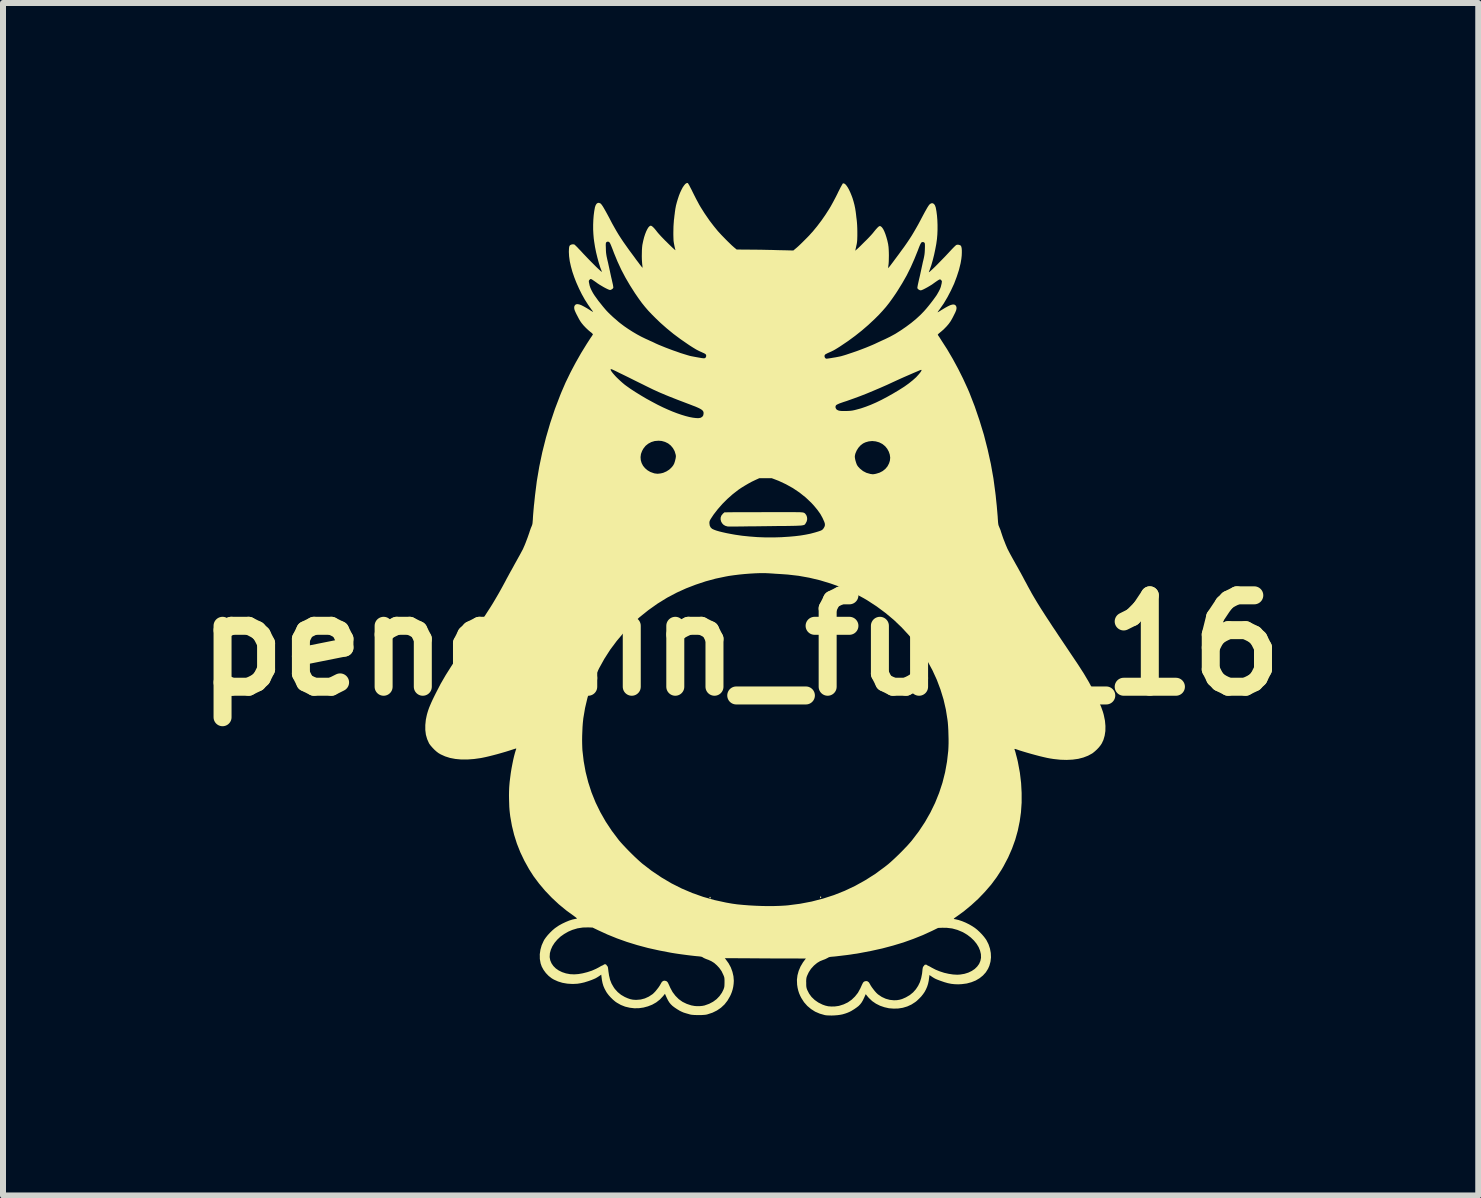
<source format=kicad_pcb>
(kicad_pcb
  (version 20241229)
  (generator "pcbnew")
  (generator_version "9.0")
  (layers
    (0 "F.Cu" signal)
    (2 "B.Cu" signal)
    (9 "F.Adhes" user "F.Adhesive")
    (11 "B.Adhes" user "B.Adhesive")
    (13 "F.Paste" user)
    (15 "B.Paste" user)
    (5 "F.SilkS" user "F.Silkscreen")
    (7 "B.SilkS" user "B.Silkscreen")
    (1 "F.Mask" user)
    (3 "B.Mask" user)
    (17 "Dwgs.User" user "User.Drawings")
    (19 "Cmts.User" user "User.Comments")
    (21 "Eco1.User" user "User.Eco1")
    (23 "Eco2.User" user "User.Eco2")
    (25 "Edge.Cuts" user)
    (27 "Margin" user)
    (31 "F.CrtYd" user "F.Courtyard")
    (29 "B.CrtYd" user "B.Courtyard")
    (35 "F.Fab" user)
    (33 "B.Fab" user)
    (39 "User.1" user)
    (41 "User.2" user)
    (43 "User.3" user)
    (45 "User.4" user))
  (footprint "penguin_full_16"
    (layer "F.Cu")
    (at 9.296 7.709)
    (property "Reference" "penguin_full_16" (at 0 0 0) (layer "F.SilkS") (effects (font (size 1.524 1.524) (thickness 0.3))))
    (attr board_only exclude_from_pos_files exclude_from_bom)
    (fp_poly (pts (xy -0.5 4.199) (xy -0.499 4.208) (xy -0.502 4.218) (xy -0.51 4.217) (xy -0.517 4.211) (xy -0.52 4.201) (xy -0.515 4.195) (xy -0.506 4.191)) (stroke (width 0) (type solid)) (fill yes) (layer "F.SilkS"))
    (fp_poly (pts (xy 1.341 4.189) (xy 1.346 4.197) (xy 1.342 4.204) (xy 1.332 4.212) (xy 1.326 4.209) (xy 1.324 4.202) (xy 1.327 4.188) (xy 1.335 4.185)) (stroke (width 0) (type solid)) (fill yes) (layer "F.SilkS"))
    (fp_poly (pts (xy 0.71 -2.222) (xy 0.773 -2.222) (xy 0.83 -2.222) (xy 0.879 -2.222) (xy 0.921 -2.221) (xy 0.954 -2.221) (xy 0.977 -2.221) (xy 0.989 -2.22) (xy 0.99 -2.22) (xy 1.019 -2.218) (xy 1.039 -2.216) (xy 1.053 -2.212) (xy 1.064 -2.207) (xy 1.074 -2.199) (xy 1.075 -2.198) (xy 1.095 -2.172) (xy 1.107 -2.14) (xy 1.11 -2.105) (xy 1.103 -2.07) (xy 1.086 -2.037) (xy 1.081 -2.03) (xy 1.077 -2.023) (xy 1.072 -2.017) (xy 1.066 -2.012) (xy 1.058 -2.008) (xy 1.047 -2.005) (xy 1.033 -2.002) (xy 1.015 -1.999) (xy 0.991 -1.997) (xy 0.962 -1.996) (xy 0.925 -1.994) (xy 0.881 -1.993) (xy 0.829 -1.992) (xy 0.767 -1.991) (xy 0.695 -1.99) (xy 0.612 -1.99) (xy 0.546 -1.989) (xy 0.466 -1.988) (xy 0.386 -1.987) (xy 0.309 -1.986) (xy 0.235 -1.985) (xy 0.166 -1.985) (xy 0.102 -1.984) (xy 0.046 -1.983) (xy -0.002 -1.983) (xy -0.04 -1.982) (xy -0.067 -1.982) (xy -0.068 -1.982) (xy -0.108 -1.981) (xy -0.145 -1.981) (xy -0.178 -1.982) (xy -0.203 -1.982) (xy -0.218 -1.983) (xy -0.219 -1.983) (xy -0.256 -1.994) (xy -0.286 -2.012) (xy -0.309 -2.037) (xy -0.325 -2.066) (xy -0.333 -2.099) (xy -0.332 -2.131) (xy -0.321 -2.163) (xy -0.299 -2.191) (xy -0.296 -2.195) (xy -0.282 -2.207) (xy -0.272 -2.216) (xy -0.269 -2.218) (xy -0.262 -2.218) (xy -0.243 -2.218) (xy -0.214 -2.219) (xy -0.175 -2.219) (xy -0.129 -2.22) (xy -0.075 -2.22) (xy -0.014 -2.22) (xy 0.051 -2.221) (xy 0.121 -2.221) (xy 0.194 -2.221) (xy 0.269 -2.221) (xy 0.346 -2.221) (xy 0.422 -2.222) (xy 0.498 -2.222) (xy 0.572 -2.222) (xy 0.643 -2.222)) (stroke (width 0) (type solid)) (fill yes) (layer "F.SilkS"))
    (fp_poly (pts (xy -0.882 -7.708) (xy -0.876 -7.702) (xy -0.866 -7.686) (xy -0.852 -7.662) (xy -0.836 -7.63) (xy -0.817 -7.594) (xy -0.803 -7.565) (xy -0.77 -7.499) (xy -0.741 -7.442) (xy -0.714 -7.392) (xy -0.689 -7.345) (xy -0.663 -7.301) (xy -0.635 -7.257) (xy -0.605 -7.209) (xy -0.588 -7.184) (xy -0.517 -7.081) (xy -0.445 -6.987) (xy -0.377 -6.904) (xy -0.351 -6.876) (xy -0.32 -6.842) (xy -0.285 -6.806) (xy -0.249 -6.769) (xy -0.212 -6.732) (xy -0.178 -6.699) (xy -0.147 -6.669) (xy -0.121 -6.646) (xy -0.111 -6.637) (xy -0.065 -6.599) (xy 0.132 -6.598) (xy 0.178 -6.597) (xy 0.219 -6.597) (xy 0.258 -6.597) (xy 0.296 -6.596) (xy 0.335 -6.596) (xy 0.376 -6.595) (xy 0.42 -6.594) (xy 0.47 -6.593) (xy 0.526 -6.592) (xy 0.591 -6.59) (xy 0.665 -6.588) (xy 0.73 -6.587) (xy 0.879 -6.583) (xy 0.934 -6.629) (xy 0.96 -6.652) (xy 0.992 -6.682) (xy 1.028 -6.717) (xy 1.067 -6.756) (xy 1.106 -6.795) (xy 1.144 -6.834) (xy 1.177 -6.871) (xy 1.202 -6.898) (xy 1.276 -6.988) (xy 1.348 -7.083) (xy 1.414 -7.178) (xy 1.446 -7.228) (xy 1.475 -7.273) (xy 1.502 -7.318) (xy 1.527 -7.363) (xy 1.553 -7.411) (xy 1.581 -7.464) (xy 1.612 -7.525) (xy 1.628 -7.559) (xy 1.648 -7.598) (xy 1.666 -7.634) (xy 1.682 -7.663) (xy 1.695 -7.685) (xy 1.703 -7.699) (xy 1.707 -7.702) (xy 1.724 -7.701) (xy 1.743 -7.69) (xy 1.763 -7.668) (xy 1.784 -7.638) (xy 1.805 -7.601) (xy 1.826 -7.557) (xy 1.846 -7.509) (xy 1.866 -7.456) (xy 1.883 -7.4) (xy 1.898 -7.343) (xy 1.91 -7.285) (xy 1.919 -7.228) (xy 1.921 -7.212) (xy 1.925 -7.181) (xy 1.929 -7.143) (xy 1.934 -7.104) (xy 1.937 -7.08) (xy 1.94 -7.046) (xy 1.943 -7.003) (xy 1.945 -6.954) (xy 1.946 -6.902) (xy 1.946 -6.874) (xy 1.946 -6.827) (xy 1.945 -6.79) (xy 1.944 -6.76) (xy 1.942 -6.735) (xy 1.939 -6.711) (xy 1.935 -6.687) (xy 1.931 -6.67) (xy 1.925 -6.641) (xy 1.919 -6.615) (xy 1.915 -6.596) (xy 1.912 -6.587) (xy 1.911 -6.583) (xy 1.914 -6.583) (xy 1.92 -6.587) (xy 1.931 -6.597) (xy 1.947 -6.611) (xy 1.97 -6.632) (xy 1.999 -6.66) (xy 2.035 -6.696) (xy 2.068 -6.729) (xy 2.102 -6.762) (xy 2.135 -6.796) (xy 2.166 -6.829) (xy 2.193 -6.859) (xy 2.214 -6.884) (xy 2.22 -6.892) (xy 2.252 -6.931) (xy 2.279 -6.961) (xy 2.3 -6.981) (xy 2.317 -6.99) (xy 2.322 -6.991) (xy 2.339 -6.985) (xy 2.358 -6.967) (xy 2.377 -6.94) (xy 2.395 -6.904) (xy 2.413 -6.859) (xy 2.43 -6.807) (xy 2.446 -6.75) (xy 2.46 -6.687) (xy 2.461 -6.676) (xy 2.466 -6.643) (xy 2.469 -6.601) (xy 2.471 -6.553) (xy 2.472 -6.501) (xy 2.471 -6.449) (xy 2.47 -6.4) (xy 2.467 -6.358) (xy 2.465 -6.344) (xy 2.462 -6.32) (xy 2.461 -6.301) (xy 2.46 -6.291) (xy 2.461 -6.289) (xy 2.465 -6.293) (xy 2.476 -6.307) (xy 2.493 -6.328) (xy 2.515 -6.357) (xy 2.542 -6.393) (xy 2.573 -6.435) (xy 2.608 -6.482) (xy 2.646 -6.533) (xy 2.674 -6.572) (xy 2.727 -6.644) (xy 2.773 -6.71) (xy 2.814 -6.771) (xy 2.852 -6.83) (xy 2.888 -6.89) (xy 2.924 -6.952) (xy 2.962 -7.019) (xy 3.002 -7.094) (xy 3.009 -7.108) (xy 3.043 -7.172) (xy 3.072 -7.226) (xy 3.097 -7.27) (xy 3.117 -7.305) (xy 3.134 -7.331) (xy 3.148 -7.349) (xy 3.159 -7.359) (xy 3.16 -7.36) (xy 3.183 -7.371) (xy 3.205 -7.37) (xy 3.224 -7.358) (xy 3.24 -7.336) (xy 3.252 -7.303) (xy 3.254 -7.295) (xy 3.265 -7.235) (xy 3.274 -7.165) (xy 3.28 -7.089) (xy 3.283 -7.009) (xy 3.283 -6.93) (xy 3.28 -6.852) (xy 3.274 -6.78) (xy 3.274 -6.778) (xy 3.262 -6.692) (xy 3.245 -6.602) (xy 3.226 -6.512) (xy 3.204 -6.424) (xy 3.18 -6.34) (xy 3.154 -6.265) (xy 3.138 -6.224) (xy 3.139 -6.221) (xy 3.148 -6.226) (xy 3.163 -6.239) (xy 3.185 -6.259) (xy 3.213 -6.285) (xy 3.245 -6.316) (xy 3.281 -6.352) (xy 3.32 -6.392) (xy 3.362 -6.435) (xy 3.406 -6.48) (xy 3.45 -6.527) (xy 3.492 -6.572) (xy 3.519 -6.601) (xy 3.544 -6.627) (xy 3.566 -6.649) (xy 3.583 -6.665) (xy 3.594 -6.674) (xy 3.595 -6.675) (xy 3.615 -6.68) (xy 3.639 -6.678) (xy 3.661 -6.67) (xy 3.67 -6.664) (xy 3.679 -6.648) (xy 3.685 -6.622) (xy 3.688 -6.587) (xy 3.688 -6.545) (xy 3.686 -6.497) (xy 3.68 -6.444) (xy 3.671 -6.39) (xy 3.667 -6.368) (xy 3.64 -6.259) (xy 3.603 -6.145) (xy 3.559 -6.029) (xy 3.506 -5.915) (xy 3.448 -5.804) (xy 3.385 -5.698) (xy 3.317 -5.601) (xy 3.309 -5.59) (xy 3.296 -5.573) (xy 3.287 -5.559) (xy 3.284 -5.553) (xy 3.284 -5.553) (xy 3.29 -5.555) (xy 3.304 -5.563) (xy 3.324 -5.575) (xy 3.349 -5.591) (xy 3.354 -5.594) (xy 3.409 -5.627) (xy 3.456 -5.653) (xy 3.494 -5.671) (xy 3.526 -5.681) (xy 3.552 -5.683) (xy 3.571 -5.678) (xy 3.586 -5.666) (xy 3.593 -5.655) (xy 3.599 -5.636) (xy 3.599 -5.613) (xy 3.594 -5.589) (xy 3.588 -5.573) (xy 3.578 -5.549) (xy 3.563 -5.519) (xy 3.547 -5.487) (xy 3.53 -5.454) (xy 3.513 -5.424) (xy 3.498 -5.399) (xy 3.495 -5.395) (xy 3.469 -5.359) (xy 3.435 -5.319) (xy 3.397 -5.28) (xy 3.357 -5.243) (xy 3.328 -5.219) (xy 3.307 -5.202) (xy 3.293 -5.188) (xy 3.287 -5.179) (xy 3.287 -5.177) (xy 3.292 -5.17) (xy 3.302 -5.155) (xy 3.317 -5.133) (xy 3.334 -5.106) (xy 3.344 -5.09) (xy 3.442 -4.938) (xy 3.536 -4.778) (xy 3.625 -4.614) (xy 3.708 -4.448) (xy 3.783 -4.285) (xy 3.814 -4.213) (xy 3.903 -3.984) (xy 3.983 -3.749) (xy 4.056 -3.51) (xy 4.118 -3.268) (xy 4.172 -3.024) (xy 4.215 -2.782) (xy 4.247 -2.543) (xy 4.253 -2.494) (xy 4.257 -2.452) (xy 4.262 -2.404) (xy 4.267 -2.357) (xy 4.271 -2.319) (xy 4.274 -2.282) (xy 4.278 -2.237) (xy 4.282 -2.189) (xy 4.286 -2.143) (xy 4.287 -2.122) (xy 4.29 -2.081) (xy 4.292 -2.051) (xy 4.295 -2.028) (xy 4.298 -2.01) (xy 4.302 -1.996) (xy 4.308 -1.982) (xy 4.311 -1.974) (xy 4.322 -1.948) (xy 4.334 -1.918) (xy 4.342 -1.891) (xy 4.353 -1.858) (xy 4.366 -1.819) (xy 4.382 -1.774) (xy 4.4 -1.729) (xy 4.417 -1.685) (xy 4.434 -1.645) (xy 4.448 -1.612) (xy 4.455 -1.598) (xy 4.465 -1.579) (xy 4.48 -1.55) (xy 4.498 -1.516) (xy 4.519 -1.478) (xy 4.541 -1.438) (xy 4.553 -1.417) (xy 4.585 -1.359) (xy 4.613 -1.31) (xy 4.636 -1.268) (xy 4.656 -1.232) (xy 4.674 -1.2) (xy 4.69 -1.17) (xy 4.706 -1.141) (xy 4.722 -1.11) (xy 4.74 -1.076) (xy 4.761 -1.038) (xy 4.766 -1.029) (xy 4.788 -0.987) (xy 4.81 -0.947) (xy 4.831 -0.909) (xy 4.852 -0.87) (xy 4.874 -0.832) (xy 4.897 -0.793) (xy 4.921 -0.753) (xy 4.946 -0.711) (xy 4.974 -0.666) (xy 5.003 -0.619) (xy 5.036 -0.568) (xy 5.071 -0.513) (xy 5.11 -0.453) (xy 5.153 -0.388) (xy 5.199 -0.317) (xy 5.251 -0.24) (xy 5.307 -0.155) (xy 5.369 -0.063) (xy 5.436 0.037) (xy 5.509 0.146) (xy 5.589 0.265) (xy 5.626 0.32) (xy 5.721 0.468) (xy 5.808 0.615) (xy 5.889 0.768) (xy 5.906 0.801) (xy 5.939 0.868) (xy 5.967 0.927) (xy 5.99 0.979) (xy 6.01 1.024) (xy 6.025 1.066) (xy 6.039 1.105) (xy 6.05 1.143) (xy 6.055 1.163) (xy 6.074 1.255) (xy 6.082 1.343) (xy 6.081 1.427) (xy 6.069 1.505) (xy 6.048 1.577) (xy 6.02 1.636) (xy 6 1.666) (xy 5.973 1.7) (xy 5.941 1.734) (xy 5.906 1.766) (xy 5.873 1.793) (xy 5.86 1.802) (xy 5.792 1.839) (xy 5.714 1.869) (xy 5.629 1.891) (xy 5.536 1.904) (xy 5.436 1.909) (xy 5.33 1.906) (xy 5.218 1.894) (xy 5.155 1.884) (xy 5.108 1.875) (xy 5.051 1.862) (xy 4.988 1.847) (xy 4.92 1.829) (xy 4.85 1.81) (xy 4.78 1.79) (xy 4.713 1.77) (xy 4.651 1.751) (xy 4.62 1.74) (xy 4.593 1.731) (xy 4.577 1.726) (xy 4.568 1.726) (xy 4.565 1.728) (xy 4.566 1.735) (xy 4.567 1.735) (xy 4.574 1.756) (xy 4.583 1.785) (xy 4.592 1.822) (xy 4.603 1.862) (xy 4.613 1.902) (xy 4.622 1.941) (xy 4.625 1.957) (xy 4.656 2.124) (xy 4.676 2.292) (xy 4.685 2.458) (xy 4.685 2.622) (xy 4.674 2.782) (xy 4.653 2.932) (xy 4.621 3.088) (xy 4.578 3.241) (xy 4.524 3.39) (xy 4.459 3.538) (xy 4.382 3.684) (xy 4.35 3.739) (xy 4.269 3.864) (xy 4.177 3.988) (xy 4.074 4.107) (xy 3.963 4.223) (xy 3.844 4.332) (xy 3.719 4.435) (xy 3.6 4.521) (xy 3.577 4.537) (xy 3.561 4.549) (xy 3.554 4.558) (xy 3.554 4.56) (xy 3.566 4.563) (xy 3.583 4.566) (xy 3.588 4.567) (xy 3.637 4.579) (xy 3.692 4.597) (xy 3.75 4.621) (xy 3.809 4.65) (xy 3.864 4.682) (xy 3.906 4.71) (xy 3.944 4.74) (xy 3.984 4.777) (xy 4.024 4.818) (xy 4.059 4.859) (xy 4.088 4.898) (xy 4.098 4.913) (xy 4.133 4.982) (xy 4.157 5.054) (xy 4.171 5.128) (xy 4.174 5.201) (xy 4.166 5.272) (xy 4.147 5.341) (xy 4.125 5.391) (xy 4.088 5.45) (xy 4.04 5.503) (xy 3.984 5.548) (xy 3.92 5.586) (xy 3.848 5.615) (xy 3.771 5.636) (xy 3.687 5.647) (xy 3.628 5.65) (xy 3.569 5.648) (xy 3.513 5.642) (xy 3.457 5.631) (xy 3.397 5.614) (xy 3.368 5.604) (xy 3.322 5.588) (xy 3.285 5.574) (xy 3.254 5.561) (xy 3.227 5.547) (xy 3.201 5.531) (xy 3.189 5.523) (xy 3.148 5.495) (xy 3.144 5.53) (xy 3.136 5.591) (xy 3.125 5.642) (xy 3.11 5.689) (xy 3.09 5.735) (xy 3.067 5.778) (xy 3.042 5.814) (xy 3.011 5.853) (xy 2.974 5.891) (xy 2.936 5.927) (xy 2.913 5.945) (xy 2.848 5.987) (xy 2.778 6.019) (xy 2.704 6.041) (xy 2.628 6.053) (xy 2.551 6.055) (xy 2.473 6.049) (xy 2.398 6.032) (xy 2.325 6.007) (xy 2.257 5.973) (xy 2.194 5.93) (xy 2.139 5.878) (xy 2.119 5.855) (xy 2.086 5.814) (xy 2.06 5.872) (xy 2.039 5.916) (xy 2.018 5.952) (xy 1.994 5.983) (xy 1.967 6.011) (xy 1.932 6.038) (xy 1.89 6.067) (xy 1.878 6.074) (xy 1.844 6.095) (xy 1.812 6.111) (xy 1.779 6.125) (xy 1.742 6.138) (xy 1.697 6.151) (xy 1.661 6.158) (xy 1.617 6.164) (xy 1.568 6.168) (xy 1.519 6.17) (xy 1.472 6.169) (xy 1.43 6.167) (xy 1.404 6.163) (xy 1.32 6.139) (xy 1.243 6.106) (xy 1.174 6.062) (xy 1.112 6.01) (xy 1.058 5.949) (xy 1.013 5.879) (xy 0.995 5.844) (xy 0.975 5.798) (xy 0.961 5.754) (xy 0.95 5.707) (xy 0.942 5.654) (xy 0.942 5.648) (xy 0.94 5.603) (xy 1.093 5.603) (xy 1.094 5.623) (xy 1.094 5.657) (xy 1.095 5.682) (xy 1.098 5.702) (xy 1.102 5.719) (xy 1.109 5.738) (xy 1.11 5.742) (xy 1.142 5.805) (xy 1.183 5.861) (xy 1.235 5.911) (xy 1.295 5.953) (xy 1.365 5.988) (xy 1.413 6.005) (xy 1.46 6.016) (xy 1.514 6.02) (xy 1.571 6.019) (xy 1.629 6.011) (xy 1.644 6.008) (xy 1.719 5.984) (xy 1.788 5.951) (xy 1.851 5.907) (xy 1.907 5.853) (xy 1.956 5.791) (xy 1.995 5.72) (xy 1.998 5.714) (xy 2.01 5.687) (xy 2.023 5.658) (xy 2.03 5.644) (xy 2.041 5.623) (xy 2.053 5.609) (xy 2.067 5.601) (xy 2.094 5.595) (xy 2.118 5.601) (xy 2.139 5.618) (xy 2.156 5.646) (xy 2.169 5.67) (xy 2.188 5.699) (xy 2.212 5.731) (xy 2.237 5.763) (xy 2.262 5.791) (xy 2.284 5.812) (xy 2.291 5.818) (xy 2.353 5.86) (xy 2.418 5.89) (xy 2.487 5.909) (xy 2.556 5.916) (xy 2.559 5.916) (xy 2.607 5.914) (xy 2.65 5.907) (xy 2.692 5.895) (xy 2.738 5.875) (xy 2.756 5.867) (xy 2.821 5.829) (xy 2.876 5.784) (xy 2.922 5.732) (xy 2.959 5.676) (xy 2.989 5.615) (xy 3.01 5.548) (xy 3.025 5.473) (xy 3.03 5.429) (xy 3.033 5.397) (xy 3.037 5.375) (xy 3.041 5.361) (xy 3.047 5.353) (xy 3.047 5.352) (xy 3.058 5.34) (xy 3.063 5.332) (xy 3.071 5.324) (xy 3.086 5.322) (xy 3.101 5.324) (xy 3.11 5.331) (xy 3.12 5.338) (xy 3.125 5.34) (xy 3.133 5.343) (xy 3.149 5.351) (xy 3.17 5.363) (xy 3.184 5.371) (xy 3.249 5.405) (xy 3.32 5.434) (xy 3.394 5.458) (xy 3.469 5.475) (xy 3.542 5.486) (xy 3.611 5.49) (xy 3.661 5.487) (xy 3.732 5.475) (xy 3.796 5.455) (xy 3.854 5.427) (xy 3.903 5.394) (xy 3.944 5.354) (xy 3.976 5.31) (xy 3.997 5.261) (xy 4.008 5.208) (xy 4.008 5.204) (xy 4.006 5.147) (xy 3.992 5.088) (xy 3.968 5.03) (xy 3.934 4.974) (xy 3.89 4.92) (xy 3.838 4.87) (xy 3.778 4.824) (xy 3.711 4.784) (xy 3.699 4.778) (xy 3.615 4.743) (xy 3.528 4.719) (xy 3.438 4.708) (xy 3.364 4.707) (xy 3.292 4.71) (xy 3.194 4.758) (xy 3.039 4.829) (xy 2.879 4.893) (xy 2.714 4.952) (xy 2.542 5.004) (xy 2.362 5.052) (xy 2.172 5.094) (xy 1.982 5.13) (xy 1.938 5.138) (xy 1.887 5.145) (xy 1.83 5.154) (xy 1.771 5.162) (xy 1.712 5.169) (xy 1.655 5.176) (xy 1.604 5.182) (xy 1.56 5.187) (xy 1.531 5.189) (xy 1.501 5.192) (xy 1.48 5.196) (xy 1.464 5.202) (xy 1.451 5.21) (xy 1.433 5.219) (xy 1.409 5.231) (xy 1.382 5.241) (xy 1.379 5.242) (xy 1.324 5.264) (xy 1.276 5.293) (xy 1.23 5.331) (xy 1.22 5.34) (xy 1.173 5.392) (xy 1.136 5.449) (xy 1.112 5.5) (xy 1.104 5.52) (xy 1.099 5.537) (xy 1.096 5.555) (xy 1.094 5.575) (xy 1.093 5.603) (xy 0.94 5.603) (xy 0.939 5.574) (xy 0.948 5.5) (xy 0.968 5.426) (xy 0.999 5.353) (xy 1.04 5.284) (xy 1.074 5.238) (xy 1.089 5.22) (xy 0.82 5.219) (xy 0.764 5.219) (xy 0.697 5.219) (xy 0.622 5.219) (xy 0.541 5.219) (xy 0.457 5.218) (xy 0.37 5.218) (xy 0.285 5.217) (xy 0.202 5.217) (xy 0.144 5.216) (xy -0.264 5.214) (xy -0.249 5.232) (xy -0.201 5.298) (xy -0.163 5.368) (xy -0.136 5.442) (xy -0.119 5.516) (xy -0.113 5.59) (xy -0.116 5.642) (xy -0.123 5.693) (xy -0.133 5.737) (xy -0.146 5.779) (xy -0.163 5.821) (xy -0.176 5.848) (xy -0.218 5.921) (xy -0.268 5.985) (xy -0.327 6.04) (xy -0.394 6.086) (xy -0.469 6.123) (xy -0.551 6.15) (xy -0.571 6.155) (xy -0.591 6.158) (xy -0.616 6.16) (xy -0.647 6.162) (xy -0.687 6.162) (xy -0.702 6.162) (xy -0.743 6.162) (xy -0.774 6.161) (xy -0.799 6.159) (xy -0.82 6.157) (xy -0.84 6.153) (xy -0.862 6.147) (xy -0.868 6.145) (xy -0.914 6.132) (xy -0.952 6.12) (xy -0.984 6.106) (xy -1.015 6.091) (xy -1.047 6.071) (xy -1.053 6.068) (xy -1.098 6.038) (xy -1.134 6.011) (xy -1.163 5.983) (xy -1.187 5.954) (xy -1.209 5.919) (xy -1.23 5.877) (xy -1.235 5.866) (xy -1.261 5.808) (xy -1.294 5.849) (xy -1.346 5.904) (xy -1.406 5.951) (xy -1.473 5.989) (xy -1.544 6.017) (xy -1.618 6.037) (xy -1.695 6.048) (xy -1.773 6.049) (xy -1.849 6.04) (xy -1.925 6.022) (xy -1.996 5.994) (xy -2.063 5.956) (xy -2.088 5.939) (xy -2.126 5.907) (xy -2.164 5.87) (xy -2.199 5.831) (xy -2.228 5.793) (xy -2.241 5.772) (xy -2.267 5.724) (xy -2.287 5.678) (xy -2.301 5.631) (xy -2.312 5.578) (xy -2.319 5.524) (xy -2.323 5.489) (xy -2.364 5.517) (xy -2.391 5.534) (xy -2.417 5.549) (xy -2.446 5.562) (xy -2.48 5.576) (xy -2.521 5.591) (xy -2.542 5.598) (xy -2.606 5.618) (xy -2.664 5.631) (xy -2.719 5.64) (xy -2.776 5.643) (xy -2.802 5.644) (xy -2.887 5.639) (xy -2.969 5.625) (xy -3.044 5.602) (xy -3.113 5.571) (xy -3.15 5.549) (xy -3.201 5.509) (xy -3.247 5.461) (xy -3.285 5.409) (xy -3.315 5.354) (xy -3.334 5.3) (xy -3.347 5.226) (xy -3.347 5.188) (xy -3.183 5.188) (xy -3.183 5.198) (xy -3.173 5.251) (xy -3.152 5.3) (xy -3.121 5.345) (xy -3.081 5.385) (xy -3.032 5.419) (xy -2.975 5.447) (xy -2.911 5.468) (xy -2.841 5.481) (xy -2.836 5.481) (xy -2.773 5.484) (xy -2.703 5.479) (xy -2.63 5.466) (xy -2.555 5.447) (xy -2.481 5.423) (xy -2.411 5.392) (xy -2.359 5.365) (xy -2.336 5.351) (xy -2.317 5.341) (xy -2.303 5.335) (xy -2.3 5.334) (xy -2.29 5.329) (xy -2.285 5.325) (xy -2.273 5.317) (xy -2.257 5.315) (xy -2.244 5.319) (xy -2.237 5.326) (xy -2.229 5.339) (xy -2.222 5.346) (xy -2.217 5.353) (xy -2.212 5.366) (xy -2.209 5.387) (xy -2.205 5.418) (xy -2.205 5.423) (xy -2.193 5.503) (xy -2.176 5.574) (xy -2.151 5.638) (xy -2.117 5.697) (xy -2.097 5.726) (xy -2.048 5.78) (xy -1.993 5.825) (xy -1.931 5.861) (xy -1.883 5.882) (xy -1.84 5.897) (xy -1.797 5.906) (xy -1.752 5.909) (xy -1.734 5.909) (xy -1.664 5.903) (xy -1.596 5.885) (xy -1.53 5.855) (xy -1.468 5.814) (xy -1.465 5.812) (xy -1.445 5.793) (xy -1.42 5.767) (xy -1.395 5.736) (xy -1.37 5.704) (xy -1.349 5.673) (xy -1.334 5.647) (xy -1.33 5.64) (xy -1.313 5.611) (xy -1.292 5.594) (xy -1.268 5.589) (xy -1.241 5.595) (xy -1.227 5.604) (xy -1.215 5.617) (xy -1.204 5.638) (xy -1.192 5.664) (xy -1.179 5.693) (xy -1.173 5.707) (xy -1.134 5.779) (xy -1.086 5.842) (xy -1.031 5.897) (xy -0.968 5.942) (xy -0.898 5.976) (xy -0.822 6.001) (xy -0.767 6.011) (xy -0.729 6.014) (xy -0.685 6.014) (xy -0.641 6.01) (xy -0.603 6.003) (xy -0.597 6.001) (xy -0.524 5.975) (xy -0.458 5.94) (xy -0.4 5.897) (xy -0.351 5.846) (xy -0.311 5.789) (xy -0.285 5.736) (xy -0.278 5.716) (xy -0.273 5.699) (xy -0.27 5.68) (xy -0.269 5.657) (xy -0.268 5.625) (xy -0.268 5.617) (xy -0.268 5.584) (xy -0.269 5.56) (xy -0.271 5.541) (xy -0.275 5.524) (xy -0.282 5.506) (xy -0.287 5.494) (xy -0.317 5.431) (xy -0.356 5.376) (xy -0.395 5.334) (xy -0.44 5.294) (xy -0.488 5.264) (xy -0.541 5.24) (xy -0.554 5.236) (xy -0.58 5.226) (xy -0.605 5.215) (xy -0.624 5.205) (xy -0.626 5.203) (xy -0.64 5.195) (xy -0.657 5.189) (xy -0.678 5.186) (xy -0.705 5.183) (xy -0.741 5.18) (xy -0.787 5.175) (xy -0.839 5.169) (xy -0.896 5.162) (xy -0.956 5.154) (xy -1.015 5.146) (xy -1.07 5.138) (xy -1.121 5.13) (xy -1.157 5.124) (xy -1.356 5.086) (xy -1.545 5.044) (xy -1.724 4.996) (xy -1.896 4.943) (xy -2.061 4.884) (xy -2.221 4.819) (xy -2.369 4.751) (xy -2.467 4.704) (xy -2.538 4.701) (xy -2.63 4.703) (xy -2.72 4.717) (xy -2.806 4.743) (xy -2.873 4.772) (xy -2.941 4.811) (xy -3.003 4.855) (xy -3.056 4.905) (xy -3.101 4.958) (xy -3.137 5.014) (xy -3.163 5.072) (xy -3.179 5.13) (xy -3.183 5.188) (xy -3.347 5.188) (xy -3.348 5.15) (xy -3.337 5.073) (xy -3.316 4.999) (xy -3.284 4.928) (xy -3.273 4.907) (xy -3.247 4.87) (xy -3.215 4.83) (xy -3.177 4.789) (xy -3.137 4.75) (xy -3.097 4.716) (xy -3.08 4.704) (xy -3.03 4.67) (xy -2.974 4.639) (xy -2.915 4.611) (xy -2.857 4.587) (xy -2.803 4.57) (xy -2.762 4.561) (xy -2.744 4.558) (xy -2.731 4.555) (xy -2.729 4.554) (xy -2.73 4.55) (xy -2.74 4.54) (xy -2.758 4.526) (xy -2.774 4.514) (xy -2.905 4.419) (xy -3.03 4.316) (xy -3.148 4.206) (xy -3.259 4.09) (xy -3.36 3.97) (xy -3.452 3.847) (xy -3.525 3.733) (xy -3.604 3.591) (xy -3.672 3.449) (xy -3.729 3.305) (xy -3.775 3.159) (xy -3.812 3.008) (xy -3.84 2.85) (xy -3.847 2.793) (xy -3.852 2.746) (xy -3.856 2.691) (xy -3.858 2.628) (xy -3.86 2.563) (xy -3.861 2.498) (xy -3.86 2.436) (xy -3.858 2.38) (xy -3.856 2.347) (xy -3.85 2.277) (xy -3.841 2.204) (xy -3.831 2.128) (xy -3.819 2.053) (xy -3.805 1.98) (xy -3.791 1.91) (xy -3.776 1.846) (xy -3.761 1.79) (xy -3.747 1.744) (xy -3.741 1.729) (xy -3.74 1.723) (xy -3.742 1.719) (xy -3.75 1.72) (xy -3.766 1.725) (xy -3.792 1.733) (xy -3.794 1.734) (xy -3.853 1.753) (xy -3.917 1.773) (xy -3.986 1.793) (xy -4.056 1.813) (xy -4.125 1.831) (xy -4.192 1.848) (xy -4.252 1.862) (xy -4.305 1.873) (xy -4.33 1.878) (xy -4.444 1.894) (xy -4.554 1.902) (xy -4.657 1.902) (xy -4.754 1.893) (xy -4.844 1.876) (xy -4.926 1.85) (xy -4.999 1.817) (xy -5.035 1.796) (xy -5.067 1.772) (xy -5.101 1.742) (xy -5.134 1.708) (xy -5.164 1.674) (xy -5.188 1.642) (xy -5.195 1.63) (xy -5.219 1.576) (xy -2.642 1.576) (xy -2.641 1.646) (xy -2.639 1.708) (xy -2.637 1.747) (xy -2.616 1.929) (xy -2.584 2.107) (xy -2.54 2.281) (xy -2.485 2.451) (xy -2.418 2.617) (xy -2.339 2.779) (xy -2.249 2.937) (xy -2.147 3.091) (xy -2.033 3.242) (xy -2.032 3.244) (xy -2.001 3.28) (xy -1.962 3.323) (xy -1.918 3.37) (xy -1.87 3.42) (xy -1.821 3.469) (xy -1.771 3.518) (xy -1.723 3.563) (xy -1.679 3.603) (xy -1.64 3.637) (xy -1.635 3.641) (xy -1.479 3.761) (xy -1.318 3.869) (xy -1.152 3.967) (xy -0.981 4.053) (xy -0.805 4.128) (xy -0.624 4.192) (xy -0.437 4.245) (xy -0.244 4.287) (xy -0.142 4.305) (xy -0.056 4.317) (xy 0.039 4.326) (xy 0.14 4.334) (xy 0.245 4.34) (xy 0.352 4.344) (xy 0.458 4.346) (xy 0.561 4.345) (xy 0.657 4.342) (xy 0.746 4.337) (xy 0.791 4.333) (xy 0.991 4.307) (xy 1.185 4.27) (xy 1.374 4.221) (xy 1.557 4.162) (xy 1.736 4.091) (xy 1.909 4.009) (xy 2.078 3.915) (xy 2.242 3.811) (xy 2.4 3.695) (xy 2.461 3.647) (xy 2.498 3.615) (xy 2.542 3.575) (xy 2.589 3.531) (xy 2.639 3.483) (xy 2.689 3.433) (xy 2.737 3.383) (xy 2.782 3.336) (xy 2.821 3.292) (xy 2.853 3.255) (xy 2.857 3.25) (xy 2.971 3.1) (xy 3.073 2.946) (xy 3.163 2.788) (xy 3.242 2.626) (xy 3.309 2.46) (xy 3.365 2.29) (xy 3.409 2.116) (xy 3.441 1.938) (xy 3.462 1.755) (xy 3.462 1.753) (xy 3.465 1.697) (xy 3.467 1.633) (xy 3.467 1.562) (xy 3.465 1.489) (xy 3.463 1.415) (xy 3.459 1.345) (xy 3.454 1.281) (xy 3.449 1.241) (xy 3.422 1.07) (xy 3.383 0.901) (xy 3.332 0.735) (xy 3.271 0.573) (xy 3.198 0.414) (xy 3.115 0.261) (xy 3.022 0.112) (xy 2.919 -0.032) (xy 2.806 -0.169) (xy 2.685 -0.3) (xy 2.554 -0.425) (xy 2.415 -0.541) (xy 2.268 -0.65) (xy 2.113 -0.751) (xy 2.05 -0.788) (xy 1.909 -0.864) (xy 1.761 -0.933) (xy 1.605 -0.995) (xy 1.5 -1.032) (xy 1.322 -1.086) (xy 1.146 -1.128) (xy 0.968 -1.16) (xy 0.786 -1.181) (xy 0.687 -1.188) (xy 0.64 -1.191) (xy 0.587 -1.194) (xy 0.534 -1.198) (xy 0.486 -1.201) (xy 0.47 -1.202) (xy 0.405 -1.205) (xy 0.33 -1.205) (xy 0.247 -1.202) (xy 0.159 -1.197) (xy 0.069 -1.19) (xy -0.022 -1.181) (xy -0.111 -1.17) (xy -0.196 -1.158) (xy -0.249 -1.148) (xy -0.416 -1.113) (xy -0.582 -1.068) (xy -0.747 -1.013) (xy -0.908 -0.951) (xy -1.062 -0.881) (xy -1.208 -0.804) (xy -1.225 -0.795) (xy -1.385 -0.696) (xy -1.537 -0.588) (xy -1.682 -0.472) (xy -1.819 -0.347) (xy -1.947 -0.214) (xy -2.065 -0.074) (xy -2.174 0.072) (xy -2.272 0.225) (xy -2.272 0.225) (xy -2.36 0.384) (xy -2.436 0.545) (xy -2.501 0.709) (xy -2.553 0.875) (xy -2.593 1.044) (xy -2.622 1.216) (xy -2.624 1.235) (xy -2.63 1.292) (xy -2.635 1.358) (xy -2.638 1.43) (xy -2.641 1.503) (xy -2.642 1.576) (xy -5.219 1.576) (xy -5.225 1.563) (xy -5.246 1.49) (xy -5.256 1.411) (xy -5.256 1.327) (xy -5.247 1.238) (xy -5.23 1.157) (xy -5.219 1.118) (xy -5.207 1.08) (xy -5.193 1.04) (xy -5.175 0.997) (xy -5.154 0.948) (xy -5.129 0.894) (xy -5.098 0.831) (xy -5.08 0.795) (xy -5 0.64) (xy -4.914 0.492) (xy -4.821 0.345) (xy -4.801 0.314) (xy -4.732 0.211) (xy -4.669 0.118) (xy -4.612 0.034) (xy -4.561 -0.043) (xy -4.514 -0.113) (xy -4.472 -0.176) (xy -4.433 -0.234) (xy -4.398 -0.287) (xy -4.365 -0.337) (xy -4.335 -0.383) (xy -4.306 -0.427) (xy -4.279 -0.469) (xy -4.252 -0.51) (xy -4.225 -0.552) (xy -4.198 -0.594) (xy -4.175 -0.629) (xy -4.129 -0.703) (xy -4.08 -0.786) (xy -4.028 -0.875) (xy -3.977 -0.967) (xy -3.94 -1.035) (xy -3.919 -1.074) (xy -3.901 -1.109) (xy -3.884 -1.14) (xy -3.868 -1.169) (xy -3.852 -1.199) (xy -3.835 -1.23) (xy -3.815 -1.265) (xy -3.793 -1.305) (xy -3.767 -1.353) (xy -3.736 -1.408) (xy -3.728 -1.423) (xy -3.706 -1.463) (xy -3.684 -1.502) (xy -3.664 -1.539) (xy -3.647 -1.571) (xy -3.634 -1.595) (xy -3.629 -1.604) (xy -3.617 -1.632) (xy -3.601 -1.668) (xy -3.584 -1.71) (xy -3.567 -1.755) (xy -3.55 -1.8) (xy -3.535 -1.843) (xy -3.522 -1.88) (xy -3.517 -1.897) (xy -3.507 -1.926) (xy -3.496 -1.957) (xy -3.486 -1.98) (xy -3.48 -1.995) (xy -3.475 -2.008) (xy -3.471 -2.024) (xy -3.468 -2.042) (xy -0.52 -2.042) (xy -0.52 -2.038) (xy -0.515 -1.999) (xy -0.501 -1.969) (xy -0.478 -1.946) (xy -0.472 -1.942) (xy -0.442 -1.928) (xy -0.404 -1.914) (xy -0.356 -1.9) (xy -0.299 -1.886) (xy -0.232 -1.871) (xy -0.153 -1.856) (xy -0.092 -1.845) (xy 0.025 -1.828) (xy 0.152 -1.815) (xy 0.284 -1.805) (xy 0.42 -1.8) (xy 0.555 -1.8) (xy 0.688 -1.804) (xy 0.698 -1.805) (xy 0.809 -1.812) (xy 0.909 -1.821) (xy 1 -1.832) (xy 1.084 -1.846) (xy 1.163 -1.862) (xy 1.238 -1.882) (xy 1.272 -1.892) (xy 1.307 -1.903) (xy 1.333 -1.912) (xy 1.352 -1.921) (xy 1.365 -1.93) (xy 1.375 -1.941) (xy 1.383 -1.951) (xy 1.399 -1.979) (xy 1.406 -2.005) (xy 1.404 -2.032) (xy 1.396 -2.058) (xy 1.366 -2.125) (xy 1.329 -2.192) (xy 1.281 -2.259) (xy 1.224 -2.328) (xy 1.178 -2.378) (xy 1.085 -2.466) (xy 0.982 -2.548) (xy 0.872 -2.622) (xy 0.755 -2.687) (xy 0.635 -2.743) (xy 0.591 -2.76) (xy 0.52 -2.787) (xy 0.311 -2.787) (xy 0.239 -2.754) (xy 0.187 -2.729) (xy 0.13 -2.698) (xy 0.072 -2.664) (xy 0.015 -2.629) (xy -0.034 -2.596) (xy -0.042 -2.59) (xy -0.132 -2.52) (xy -0.22 -2.442) (xy -0.304 -2.358) (xy -0.381 -2.27) (xy -0.45 -2.181) (xy -0.493 -2.116) (xy -0.507 -2.093) (xy -0.515 -2.075) (xy -0.519 -2.06) (xy -0.52 -2.042) (xy -3.468 -2.042) (xy -3.468 -2.044) (xy -3.466 -2.07) (xy -3.463 -2.104) (xy -3.462 -2.128) (xy -3.459 -2.172) (xy -3.455 -2.22) (xy -3.451 -2.267) (xy -3.447 -2.308) (xy -3.446 -2.325) (xy -3.441 -2.366) (xy -3.436 -2.414) (xy -3.431 -2.461) (xy -3.427 -2.501) (xy -3.397 -2.739) (xy -3.356 -2.981) (xy -3.323 -3.139) (xy -1.668 -3.139) (xy -1.664 -3.088) (xy -1.65 -3.04) (xy -1.626 -2.994) (xy -1.593 -2.954) (xy -1.552 -2.919) (xy -1.504 -2.891) (xy -1.448 -2.871) (xy -1.434 -2.867) (xy -1.384 -2.861) (xy -1.331 -2.867) (xy -1.29 -2.877) (xy -1.237 -2.9) (xy -1.19 -2.93) (xy -1.168 -2.95) (xy -1.141 -2.978) (xy -1.121 -3.005) (xy -1.106 -3.034) (xy -1.094 -3.071) (xy -1.09 -3.088) (xy -1.083 -3.117) (xy -1.08 -3.138) (xy -1.079 -3.143) (xy 1.904 -3.143) (xy 1.906 -3.126) (xy 1.91 -3.102) (xy 1.915 -3.081) (xy 1.927 -3.041) (xy 1.94 -3.008) (xy 1.958 -2.981) (xy 1.983 -2.954) (xy 1.99 -2.947) (xy 2.041 -2.906) (xy 2.097 -2.877) (xy 2.157 -2.86) (xy 2.163 -2.858) (xy 2.187 -2.855) (xy 2.203 -2.853) (xy 2.218 -2.854) (xy 2.236 -2.857) (xy 2.257 -2.861) (xy 2.316 -2.879) (xy 2.368 -2.906) (xy 2.413 -2.942) (xy 2.449 -2.985) (xy 2.475 -3.035) (xy 2.489 -3.08) (xy 2.494 -3.13) (xy 2.487 -3.181) (xy 2.47 -3.231) (xy 2.444 -3.278) (xy 2.41 -3.32) (xy 2.367 -3.355) (xy 2.363 -3.358) (xy 2.31 -3.385) (xy 2.253 -3.401) (xy 2.194 -3.407) (xy 2.136 -3.401) (xy 2.08 -3.385) (xy 2.041 -3.366) (xy 2 -3.335) (xy 1.964 -3.295) (xy 1.935 -3.249) (xy 1.914 -3.2) (xy 1.908 -3.177) (xy 1.905 -3.159) (xy 1.904 -3.143) (xy -1.079 -3.143) (xy -1.079 -3.154) (xy -1.08 -3.17) (xy -1.083 -3.183) (xy -1.1 -3.239) (xy -1.128 -3.289) (xy -1.164 -3.332) (xy -1.208 -3.367) (xy -1.259 -3.392) (xy -1.315 -3.408) (xy -1.368 -3.412) (xy -1.431 -3.407) (xy -1.488 -3.39) (xy -1.539 -3.363) (xy -1.584 -3.327) (xy -1.621 -3.28) (xy -1.642 -3.242) (xy -1.661 -3.191) (xy -1.668 -3.139) (xy -3.323 -3.139) (xy -3.305 -3.224) (xy -3.244 -3.466) (xy -3.174 -3.706) (xy -3.095 -3.942) (xy -3.007 -4.172) (xy -2.988 -4.219) (xy -2.918 -4.381) (xy -2.838 -4.546) (xy -2.81 -4.6) (xy -2.168 -4.6) (xy -2.163 -4.586) (xy -2.151 -4.565) (xy -2.131 -4.539) (xy -2.105 -4.509) (xy -2.075 -4.476) (xy -2.041 -4.443) (xy -2.005 -4.409) (xy -1.969 -4.377) (xy -1.933 -4.347) (xy -1.909 -4.329) (xy -1.836 -4.277) (xy -1.753 -4.223) (xy -1.664 -4.168) (xy -1.571 -4.113) (xy -1.476 -4.061) (xy -1.382 -4.011) (xy -1.292 -3.967) (xy -1.212 -3.931) (xy -1.134 -3.898) (xy -1.058 -3.869) (xy -0.985 -3.844) (xy -0.916 -3.823) (xy -0.853 -3.807) (xy -0.796 -3.796) (xy -0.746 -3.79) (xy -0.705 -3.788) (xy -0.673 -3.793) (xy -0.663 -3.796) (xy -0.638 -3.812) (xy -0.623 -3.834) (xy -0.618 -3.858) (xy -0.617 -3.875) (xy -0.619 -3.89) (xy -0.625 -3.904) (xy -0.635 -3.917) (xy -0.652 -3.931) (xy -0.675 -3.945) (xy -0.705 -3.96) (xy -0.744 -3.977) (xy -0.758 -3.983) (xy 1.582 -3.983) (xy 1.583 -3.961) (xy 1.593 -3.942) (xy 1.595 -3.938) (xy 1.61 -3.926) (xy 1.628 -3.917) (xy 1.651 -3.911) (xy 1.681 -3.908) (xy 1.72 -3.907) (xy 1.758 -3.907) (xy 1.8 -3.909) (xy 1.833 -3.911) (xy 1.863 -3.915) (xy 1.893 -3.921) (xy 1.925 -3.929) (xy 2.006 -3.951) (xy 2.088 -3.979) (xy 2.171 -4.011) (xy 2.258 -4.049) (xy 2.349 -4.093) (xy 2.447 -4.145) (xy 2.536 -4.195) (xy 2.637 -4.255) (xy 2.727 -4.312) (xy 2.804 -4.367) (xy 2.87 -4.42) (xy 2.926 -4.47) (xy 2.966 -4.514) (xy 2.992 -4.545) (xy 3.008 -4.568) (xy 3.016 -4.584) (xy 3.016 -4.592) (xy 3.007 -4.593) (xy 2.99 -4.587) (xy 2.982 -4.584) (xy 2.968 -4.578) (xy 2.945 -4.568) (xy 2.914 -4.555) (xy 2.879 -4.54) (xy 2.84 -4.523) (xy 2.824 -4.516) (xy 2.778 -4.496) (xy 2.725 -4.473) (xy 2.669 -4.448) (xy 2.614 -4.423) (xy 2.564 -4.4) (xy 2.553 -4.395) (xy 2.441 -4.343) (xy 2.327 -4.293) (xy 2.214 -4.245) (xy 2.104 -4.199) (xy 1.997 -4.157) (xy 1.897 -4.12) (xy 1.804 -4.087) (xy 1.768 -4.074) (xy 1.718 -4.058) (xy 1.678 -4.044) (xy 1.647 -4.033) (xy 1.625 -4.023) (xy 1.608 -4.015) (xy 1.597 -4.008) (xy 1.589 -4.001) (xy 1.589 -4) (xy 1.582 -3.983) (xy -0.758 -3.983) (xy -0.793 -3.996) (xy -0.852 -4.019) (xy -0.884 -4.031) (xy -0.973 -4.065) (xy -1.052 -4.095) (xy -1.123 -4.123) (xy -1.189 -4.149) (xy -1.25 -4.174) (xy -1.309 -4.199) (xy -1.368 -4.224) (xy -1.407 -4.242) (xy -1.424 -4.25) (xy -1.451 -4.262) (xy -1.486 -4.279) (xy -1.529 -4.3) (xy -1.578 -4.324) (xy -1.632 -4.351) (xy -1.689 -4.379) (xy -1.75 -4.409) (xy -1.802 -4.435) (xy -1.862 -4.465) (xy -1.919 -4.493) (xy -1.972 -4.519) (xy -2.02 -4.542) (xy -2.062 -4.563) (xy -2.097 -4.58) (xy -2.125 -4.593) (xy -2.143 -4.601) (xy -2.151 -4.604) (xy -2.164 -4.605) (xy -2.168 -4.6) (xy -2.168 -4.6) (xy -2.81 -4.6) (xy -2.751 -4.711) (xy -2.659 -4.873) (xy -2.563 -5.029) (xy -2.519 -5.097) (xy -2.501 -5.125) (xy -2.484 -5.149) (xy -2.471 -5.169) (xy -2.464 -5.181) (xy -2.462 -5.184) (xy -2.464 -5.19) (xy -2.476 -5.203) (xy -2.494 -5.219) (xy -2.503 -5.225) (xy -2.542 -5.258) (xy -2.581 -5.295) (xy -2.619 -5.335) (xy -2.651 -5.374) (xy -2.67 -5.401) (xy -2.685 -5.425) (xy -2.701 -5.454) (xy -2.718 -5.487) (xy -2.735 -5.519) (xy -2.75 -5.55) (xy -2.761 -5.575) (xy -2.768 -5.593) (xy -2.769 -5.596) (xy -2.774 -5.624) (xy -2.773 -5.646) (xy -2.767 -5.662) (xy -2.755 -5.678) (xy -2.739 -5.687) (xy -2.717 -5.689) (xy -2.689 -5.684) (xy -2.654 -5.671) (xy -2.613 -5.65) (xy -2.562 -5.621) (xy -2.528 -5.6) (xy -2.503 -5.584) (xy -2.482 -5.571) (xy -2.466 -5.562) (xy -2.459 -5.559) (xy -2.459 -5.559) (xy -2.461 -5.564) (xy -2.469 -5.577) (xy -2.482 -5.594) (xy -2.484 -5.596) (xy -2.541 -5.677) (xy -2.596 -5.763) (xy -2.647 -5.854) (xy -2.693 -5.947) (xy -2.735 -6.041) (xy -2.746 -6.068) (xy -2.53 -6.068) (xy -2.528 -6.051) (xy -2.525 -6.038) (xy -2.517 -5.999) (xy -2.505 -5.963) (xy -2.489 -5.927) (xy -2.468 -5.887) (xy -2.454 -5.863) (xy -2.432 -5.829) (xy -2.403 -5.789) (xy -2.37 -5.743) (xy -2.332 -5.696) (xy -2.294 -5.648) (xy -2.255 -5.602) (xy -2.232 -5.576) (xy -2.202 -5.545) (xy -2.165 -5.509) (xy -2.123 -5.47) (xy -2.078 -5.431) (xy -2.033 -5.392) (xy -1.999 -5.365) (xy -1.939 -5.32) (xy -1.872 -5.274) (xy -1.8 -5.228) (xy -1.727 -5.185) (xy -1.657 -5.147) (xy -1.591 -5.115) (xy -1.578 -5.109) (xy -1.549 -5.096) (xy -1.513 -5.079) (xy -1.472 -5.061) (xy -1.432 -5.042) (xy -1.414 -5.033) (xy -1.367 -5.012) (xy -1.313 -4.99) (xy -1.254 -4.966) (xy -1.191 -4.942) (xy -1.127 -4.918) (xy -1.063 -4.896) (xy -1.002 -4.874) (xy -0.944 -4.856) (xy -0.892 -4.84) (xy -0.848 -4.827) (xy -0.816 -4.82) (xy -0.769 -4.811) (xy -0.725 -4.803) (xy -0.685 -4.796) (xy -0.651 -4.79) (xy -0.626 -4.787) (xy -0.615 -4.786) (xy -0.596 -4.788) (xy -0.584 -4.797) (xy -0.582 -4.799) (xy -0.575 -4.816) (xy 1.399 -4.816) (xy 1.405 -4.798) (xy 1.416 -4.785) (xy 1.431 -4.779) (xy 1.442 -4.78) (xy 1.462 -4.783) (xy 1.49 -4.787) (xy 1.522 -4.792) (xy 1.537 -4.795) (xy 1.582 -4.802) (xy 1.618 -4.809) (xy 1.648 -4.815) (xy 1.676 -4.821) (xy 1.703 -4.829) (xy 1.734 -4.838) (xy 1.772 -4.85) (xy 1.786 -4.855) (xy 1.861 -4.88) (xy 1.937 -4.906) (xy 2.012 -4.934) (xy 2.085 -4.962) (xy 2.151 -4.989) (xy 2.21 -5.014) (xy 2.239 -5.027) (xy 2.277 -5.045) (xy 2.318 -5.064) (xy 2.357 -5.082) (xy 2.39 -5.097) (xy 2.404 -5.103) (xy 2.49 -5.145) (xy 2.58 -5.194) (xy 2.67 -5.251) (xy 2.759 -5.312) (xy 2.845 -5.376) (xy 2.926 -5.443) (xy 2.998 -5.509) (xy 3.057 -5.57) (xy 3.095 -5.613) (xy 3.134 -5.66) (xy 3.172 -5.708) (xy 3.208 -5.755) (xy 3.24 -5.799) (xy 3.267 -5.837) (xy 3.279 -5.857) (xy 3.304 -5.901) (xy 3.323 -5.939) (xy 3.337 -5.975) (xy 3.346 -6.012) (xy 3.351 -6.032) (xy 3.354 -6.054) (xy 3.356 -6.068) (xy 3.353 -6.077) (xy 3.347 -6.085) (xy 3.342 -6.09) (xy 3.335 -6.097) (xy 3.328 -6.101) (xy 3.32 -6.101) (xy 3.31 -6.097) (xy 3.295 -6.089) (xy 3.274 -6.075) (xy 3.245 -6.055) (xy 3.224 -6.04) (xy 3.191 -6.016) (xy 3.155 -5.994) (xy 3.118 -5.972) (xy 3.083 -5.953) (xy 3.052 -5.937) (xy 3.025 -5.925) (xy 3.007 -5.919) (xy 3.001 -5.919) (xy 2.984 -5.923) (xy 2.965 -5.934) (xy 2.951 -5.948) (xy 2.947 -5.956) (xy 2.947 -5.965) (xy 2.95 -5.985) (xy 2.955 -6.012) (xy 2.962 -6.044) (xy 2.968 -6.071) (xy 2.977 -6.111) (xy 2.987 -6.153) (xy 2.996 -6.193) (xy 3.003 -6.226) (xy 3.006 -6.239) (xy 3.012 -6.268) (xy 3.02 -6.305) (xy 3.029 -6.346) (xy 3.038 -6.388) (xy 3.044 -6.412) (xy 3.054 -6.455) (xy 3.061 -6.49) (xy 3.066 -6.521) (xy 3.069 -6.55) (xy 3.071 -6.583) (xy 3.072 -6.611) (xy 3.073 -6.646) (xy 3.073 -6.672) (xy 3.072 -6.69) (xy 3.071 -6.701) (xy 3.067 -6.709) (xy 3.064 -6.714) (xy 3.047 -6.724) (xy 3.028 -6.724) (xy 3.012 -6.715) (xy 3.006 -6.705) (xy 2.995 -6.685) (xy 2.982 -6.655) (xy 2.967 -6.617) (xy 2.956 -6.587) (xy 2.897 -6.441) (xy 2.836 -6.303) (xy 2.77 -6.17) (xy 2.696 -6.04) (xy 2.615 -5.909) (xy 2.585 -5.863) (xy 2.529 -5.782) (xy 2.476 -5.709) (xy 2.423 -5.642) (xy 2.368 -5.579) (xy 2.309 -5.515) (xy 2.243 -5.449) (xy 2.238 -5.444) (xy 2.129 -5.342) (xy 2.02 -5.248) (xy 1.909 -5.16) (xy 1.792 -5.074) (xy 1.706 -5.016) (xy 1.657 -4.983) (xy 1.616 -4.957) (xy 1.58 -4.935) (xy 1.548 -4.917) (xy 1.518 -4.902) (xy 1.487 -4.888) (xy 1.471 -4.881) (xy 1.447 -4.87) (xy 1.426 -4.859) (xy 1.412 -4.851) (xy 1.409 -4.849) (xy 1.4 -4.834) (xy 1.399 -4.816) (xy -0.575 -4.816) (xy -0.574 -4.819) (xy -0.574 -4.839) (xy -0.584 -4.855) (xy -0.584 -4.855) (xy -0.594 -4.862) (xy -0.613 -4.872) (xy -0.636 -4.882) (xy -0.646 -4.887) (xy -0.678 -4.901) (xy -0.708 -4.916) (xy -0.739 -4.932) (xy -0.772 -4.952) (xy -0.811 -4.976) (xy -0.856 -5.005) (xy -0.881 -5.022) (xy -1.004 -5.107) (xy -1.118 -5.192) (xy -1.228 -5.282) (xy -1.337 -5.378) (xy -1.413 -5.451) (xy -1.479 -5.517) (xy -1.539 -5.58) (xy -1.594 -5.644) (xy -1.647 -5.71) (xy -1.7 -5.783) (xy -1.755 -5.863) (xy -1.76 -5.87) (xy -1.844 -6.002) (xy -1.92 -6.132) (xy -1.989 -6.263) (xy -2.052 -6.399) (xy -2.111 -6.542) (xy -2.13 -6.593) (xy -2.147 -6.636) (xy -2.161 -6.671) (xy -2.173 -6.698) (xy -2.183 -6.715) (xy -2.187 -6.721) (xy -2.206 -6.731) (xy -2.225 -6.729) (xy -2.239 -6.72) (xy -2.243 -6.714) (xy -2.246 -6.706) (xy -2.247 -6.693) (xy -2.248 -6.674) (xy -2.247 -6.647) (xy -2.246 -6.617) (xy -2.245 -6.58) (xy -2.243 -6.548) (xy -2.239 -6.518) (xy -2.234 -6.487) (xy -2.226 -6.45) (xy -2.219 -6.418) (xy -2.209 -6.377) (xy -2.2 -6.335) (xy -2.191 -6.295) (xy -2.184 -6.261) (xy -2.18 -6.245) (xy -2.174 -6.216) (xy -2.166 -6.179) (xy -2.157 -6.138) (xy -2.147 -6.096) (xy -2.143 -6.077) (xy -2.135 -6.042) (xy -2.128 -6.011) (xy -2.124 -5.986) (xy -2.122 -5.968) (xy -2.122 -5.962) (xy -2.131 -5.948) (xy -2.148 -5.935) (xy -2.167 -5.926) (xy -2.176 -5.925) (xy -2.191 -5.928) (xy -2.215 -5.938) (xy -2.244 -5.952) (xy -2.278 -5.97) (xy -2.314 -5.991) (xy -2.351 -6.013) (xy -2.386 -6.036) (xy -2.399 -6.046) (xy -2.433 -6.07) (xy -2.458 -6.087) (xy -2.476 -6.099) (xy -2.489 -6.106) (xy -2.499 -6.107) (xy -2.506 -6.106) (xy -2.513 -6.1) (xy -2.517 -6.096) (xy -2.525 -6.087) (xy -2.529 -6.079) (xy -2.53 -6.068) (xy -2.746 -6.068) (xy -2.772 -6.135) (xy -2.804 -6.228) (xy -2.829 -6.319) (xy -2.848 -6.405) (xy -2.859 -6.487) (xy -2.863 -6.561) (xy -2.861 -6.611) (xy -2.858 -6.639) (xy -2.853 -6.657) (xy -2.846 -6.668) (xy -2.844 -6.67) (xy -2.825 -6.681) (xy -2.802 -6.686) (xy -2.779 -6.685) (xy -2.77 -6.682) (xy -2.761 -6.675) (xy -2.746 -6.66) (xy -2.725 -6.64) (xy -2.701 -6.614) (xy -2.674 -6.586) (xy -2.666 -6.578) (xy -2.622 -6.53) (xy -2.577 -6.483) (xy -2.534 -6.438) (xy -2.492 -6.395) (xy -2.453 -6.356) (xy -2.417 -6.32) (xy -2.385 -6.289) (xy -2.358 -6.264) (xy -2.337 -6.244) (xy -2.321 -6.232) (xy -2.313 -6.227) (xy -2.312 -6.23) (xy -2.339 -6.299) (xy -2.364 -6.378) (xy -2.387 -6.463) (xy -2.409 -6.553) (xy -2.427 -6.643) (xy -2.441 -6.732) (xy -2.448 -6.784) (xy -2.454 -6.856) (xy -2.458 -6.933) (xy -2.458 -7.013) (xy -2.455 -7.092) (xy -2.449 -7.168) (xy -2.44 -7.238) (xy -2.429 -7.299) (xy -2.429 -7.301) (xy -2.417 -7.336) (xy -2.402 -7.361) (xy -2.383 -7.375) (xy -2.362 -7.378) (xy -2.339 -7.369) (xy -2.334 -7.366) (xy -2.324 -7.356) (xy -2.311 -7.339) (xy -2.294 -7.314) (xy -2.274 -7.28) (xy -2.25 -7.238) (xy -2.221 -7.185) (xy -2.187 -7.122) (xy -2.183 -7.114) (xy -2.143 -7.037) (xy -2.105 -6.969) (xy -2.069 -6.906) (xy -2.033 -6.846) (xy -1.995 -6.787) (xy -1.955 -6.727) (xy -1.909 -6.662) (xy -1.858 -6.59) (xy -1.849 -6.578) (xy -1.809 -6.524) (xy -1.772 -6.474) (xy -1.739 -6.428) (xy -1.708 -6.388) (xy -1.683 -6.354) (xy -1.662 -6.327) (xy -1.647 -6.308) (xy -1.638 -6.297) (xy -1.635 -6.296) (xy -1.635 -6.302) (xy -1.636 -6.318) (xy -1.638 -6.34) (xy -1.64 -6.35) (xy -1.643 -6.39) (xy -1.646 -6.437) (xy -1.647 -6.488) (xy -1.646 -6.54) (xy -1.645 -6.59) (xy -1.642 -6.635) (xy -1.638 -6.672) (xy -1.636 -6.683) (xy -1.623 -6.746) (xy -1.608 -6.805) (xy -1.591 -6.857) (xy -1.573 -6.903) (xy -1.554 -6.941) (xy -1.536 -6.97) (xy -1.517 -6.989) (xy -1.499 -6.997) (xy -1.496 -6.997) (xy -1.482 -6.991) (xy -1.462 -6.976) (xy -1.437 -6.95) (xy -1.407 -6.914) (xy -1.395 -6.898) (xy -1.377 -6.876) (xy -1.352 -6.848) (xy -1.323 -6.816) (xy -1.29 -6.782) (xy -1.257 -6.748) (xy -1.243 -6.735) (xy -1.201 -6.693) (xy -1.166 -6.659) (xy -1.139 -6.633) (xy -1.118 -6.614) (xy -1.103 -6.6) (xy -1.093 -6.592) (xy -1.088 -6.589) (xy -1.086 -6.59) (xy -1.087 -6.593) (xy -1.09 -6.604) (xy -1.095 -6.624) (xy -1.101 -6.65) (xy -1.106 -6.676) (xy -1.111 -6.702) (xy -1.115 -6.726) (xy -1.118 -6.75) (xy -1.119 -6.776) (xy -1.12 -6.808) (xy -1.121 -6.848) (xy -1.121 -6.88) (xy -1.12 -6.931) (xy -1.119 -6.982) (xy -1.116 -7.029) (xy -1.113 -7.068) (xy -1.112 -7.086) (xy -1.107 -7.123) (xy -1.103 -7.162) (xy -1.098 -7.198) (xy -1.096 -7.218) (xy -1.088 -7.275) (xy -1.077 -7.333) (xy -1.062 -7.39) (xy -1.045 -7.446) (xy -1.027 -7.5) (xy -1.007 -7.55) (xy -0.986 -7.595) (xy -0.965 -7.635) (xy -0.943 -7.667) (xy -0.923 -7.691) (xy -0.904 -7.705) (xy -0.886 -7.709)) (stroke (width 0) (type solid)) (fill yes) (layer "F.SilkS")))
  (gr_rect
    (start -3 -3)
    (end 21.593 16.879)
    (stroke (width 0.1) (type default))
    (fill no)
    (layer "Edge.Cuts")))
</source>
